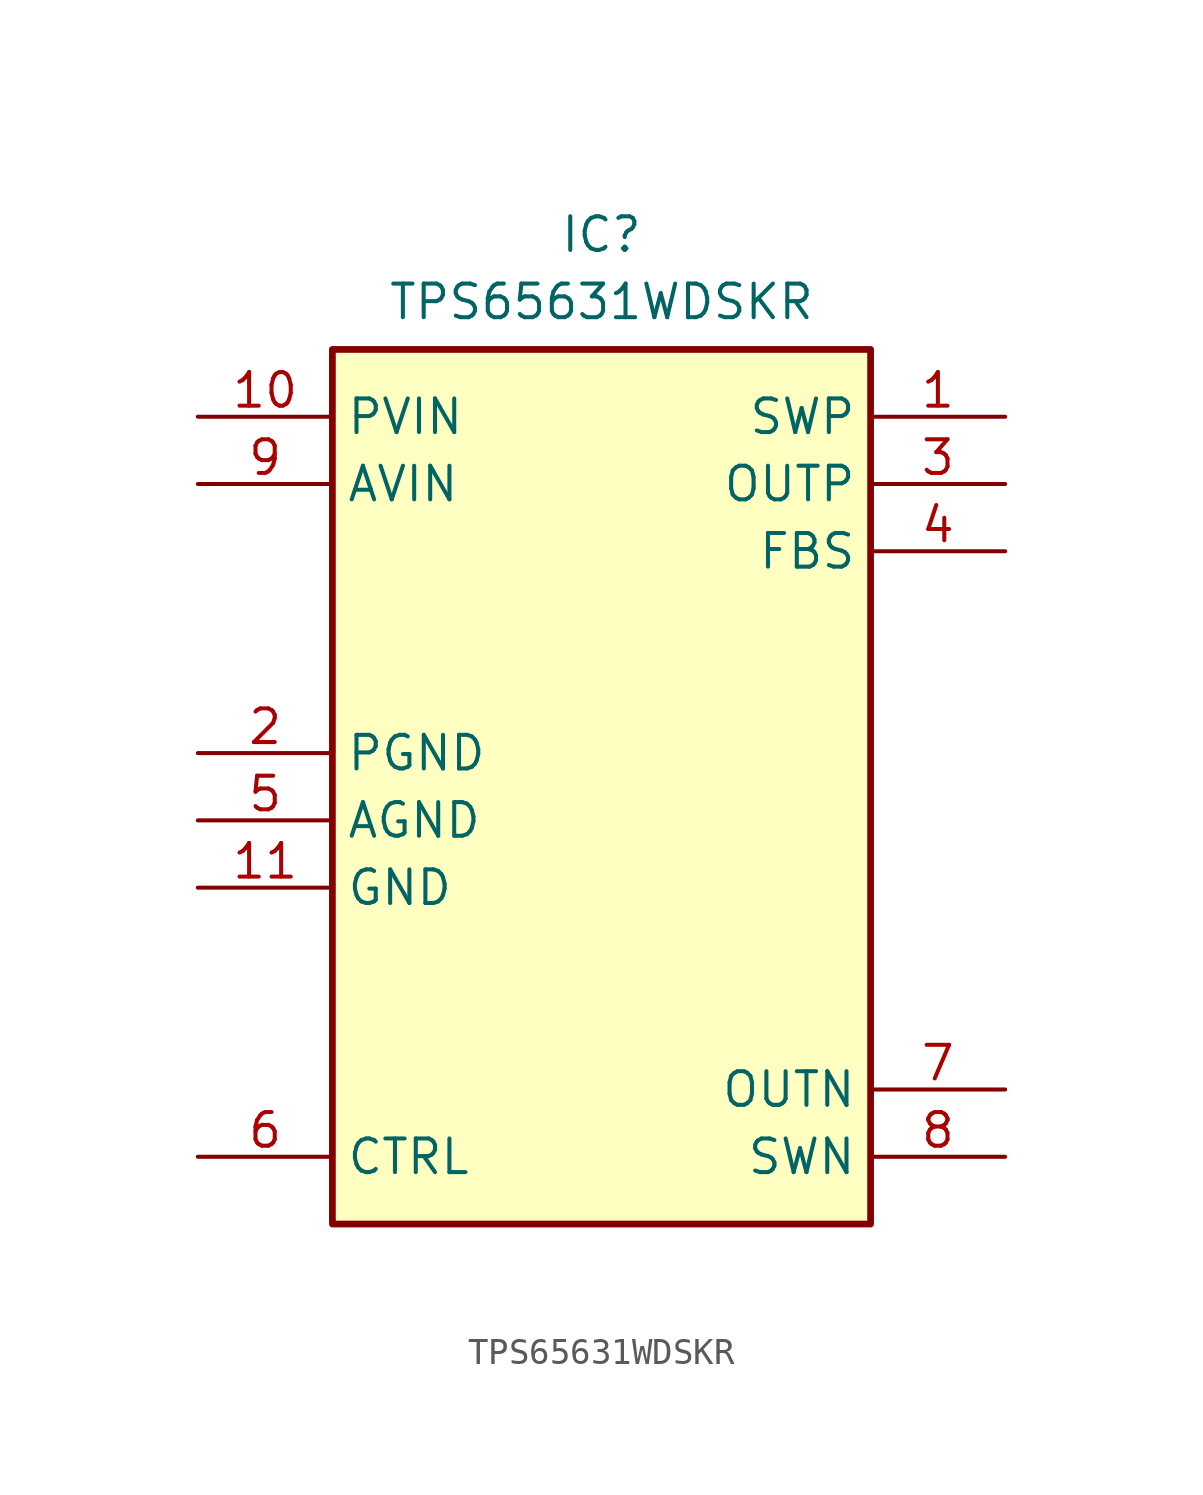
<source format=kicad_sym>
(kicad_symbol_lib
  (version 20220914)
  (generator kicad_symbol_editor)
  (symbol "TPS65631WDSKR"
    (property "Reference" "IC"
      (at 0 17.78 0)
      (effects (font (size 1.27 1.27)) (justify top)))
    (property "Value" "TPS65631WDSKR"
      (at 0 15.24 0)
      (effects (font (size 1.27 1.27)) (justify top)))
    (symbol "TPS65631WDSKR_1_1"
      (rectangle (start -10.16 12.7) (end 10.16 -20.32) (stroke (width 0.254) (type default)) (fill (type background)))
      (pin passive line (at 15.24 10.16 180) (length 5.08) (name "SWP" (effects (font (size 1.27 1.27)))) (number "1" (effects (font (size 1.27 1.27)))))
      (pin passive line (at -15.24 10.16 0) (length 5.08) (name "PVIN" (effects (font (size 1.27 1.27)))) (number "10" (effects (font (size 1.27 1.27)))))
      (pin passive line (at -15.24 -7.62 0) (length 5.08) (name "GND" (effects (font (size 1.27 1.27)))) (number "11" (effects (font (size 1.27 1.27)))))
      (pin passive line (at -15.24 -2.54 0) (length 5.08) (name "PGND" (effects (font (size 1.27 1.27)))) (number "2" (effects (font (size 1.27 1.27)))))
      (pin passive line (at 15.24 7.62 180) (length 5.08) (name "OUTP" (effects (font (size 1.27 1.27)))) (number "3" (effects (font (size 1.27 1.27)))))
      (pin passive line (at 15.24 5.08 180) (length 5.08) (name "FBS" (effects (font (size 1.27 1.27)))) (number "4" (effects (font (size 1.27 1.27)))))
      (pin passive line (at -15.24 -5.08 0) (length 5.08) (name "AGND" (effects (font (size 1.27 1.27)))) (number "5" (effects (font (size 1.27 1.27)))))
      (pin passive line (at -15.24 -17.78 0) (length 5.08) (name "CTRL" (effects (font (size 1.27 1.27)))) (number "6" (effects (font (size 1.27 1.27)))))
      (pin passive line (at 15.24 -15.24 180) (length 5.08) (name "OUTN" (effects (font (size 1.27 1.27)))) (number "7" (effects (font (size 1.27 1.27)))))
      (pin passive line (at 15.24 -17.78 180) (length 5.08) (name "SWN" (effects (font (size 1.27 1.27)))) (number "8" (effects (font (size 1.27 1.27)))))
      (pin passive line (at -15.24 7.62 0) (length 5.08) (name "AVIN" (effects (font (size 1.27 1.27)))) (number "9" (effects (font (size 1.27 1.27))))))))
</source>
